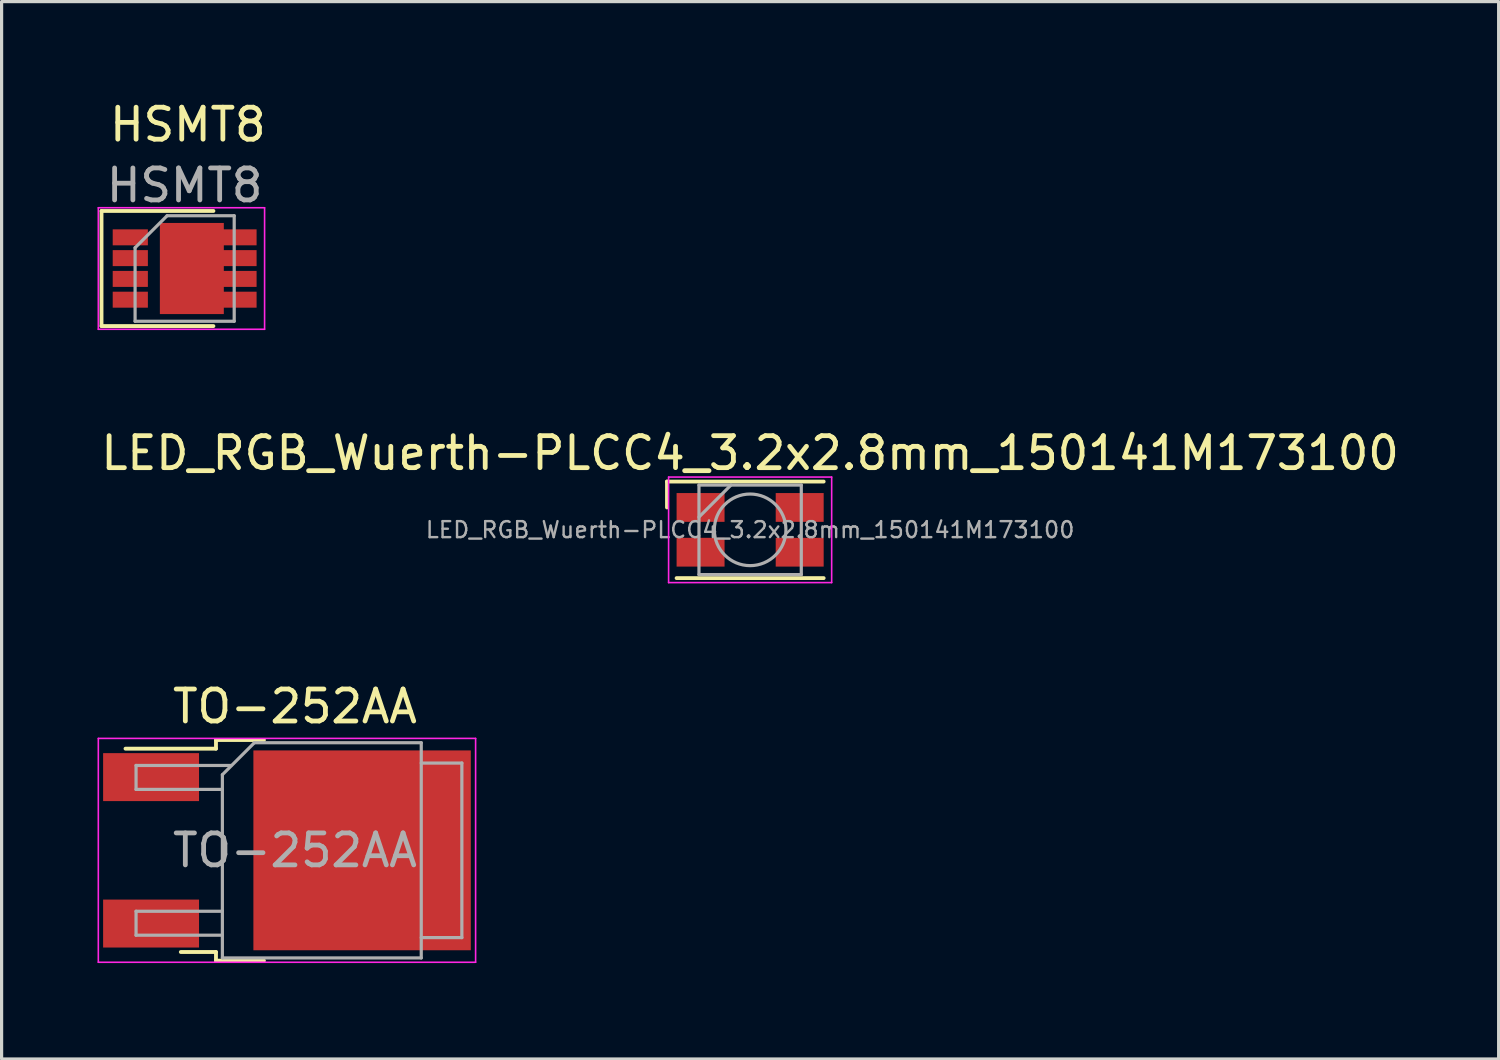
<source format=kicad_pcb>
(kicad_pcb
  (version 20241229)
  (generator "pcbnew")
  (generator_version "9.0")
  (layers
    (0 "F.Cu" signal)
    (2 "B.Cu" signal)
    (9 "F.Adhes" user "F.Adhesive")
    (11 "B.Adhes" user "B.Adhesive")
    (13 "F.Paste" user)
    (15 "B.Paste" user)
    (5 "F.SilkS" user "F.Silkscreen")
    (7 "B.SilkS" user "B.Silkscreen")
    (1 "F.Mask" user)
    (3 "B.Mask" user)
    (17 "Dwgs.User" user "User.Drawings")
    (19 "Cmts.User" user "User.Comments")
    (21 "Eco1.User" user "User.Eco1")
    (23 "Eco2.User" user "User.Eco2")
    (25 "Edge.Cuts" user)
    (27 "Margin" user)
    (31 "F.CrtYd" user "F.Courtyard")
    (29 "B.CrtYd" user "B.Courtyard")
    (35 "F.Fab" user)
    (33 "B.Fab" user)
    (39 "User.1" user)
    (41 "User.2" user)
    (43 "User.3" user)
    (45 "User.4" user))
  (footprint "TO-252AA"
    (layer "F.Cu")
    (at 6.175 23.545)
    (property "Reference" "TO-252AA" (at 0 -4.5 0) (layer "F.SilkS") (effects (font (size 1 1) (thickness 0.15))))
    (attr smd)
    (fp_line (start -2.47 -3.45) (end -2.47 -3.18) (stroke (width 0.12) (type solid)) (layer "F.SilkS"))
    (fp_line (start -2.47 -3.18) (end -5.3 -3.18) (stroke (width 0.12) (type solid)) (layer "F.SilkS"))
    (fp_line (start -2.47 3.18) (end -3.57 3.18) (stroke (width 0.12) (type solid)) (layer "F.SilkS"))
    (fp_line (start -2.47 3.45) (end -2.47 3.18) (stroke (width 0.12) (type solid)) (layer "F.SilkS"))
    (fp_line (start -0.97 -3.45) (end -2.47 -3.45) (stroke (width 0.12) (type solid)) (layer "F.SilkS"))
    (fp_line (start -0.97 3.45) (end -2.47 3.45) (stroke (width 0.12) (type solid)) (layer "F.SilkS"))
    (fp_line (start -6.15 -3.5) (end -6.15 3.5) (stroke (width 0.05) (type solid)) (layer "F.CrtYd"))
    (fp_line (start -6.15 3.5) (end 5.65 3.5) (stroke (width 0.05) (type solid)) (layer "F.CrtYd"))
    (fp_line (start 5.65 -3.5) (end -6.15 -3.5) (stroke (width 0.05) (type solid)) (layer "F.CrtYd"))
    (fp_line (start 5.65 3.5) (end 5.65 -3.5) (stroke (width 0.05) (type solid)) (layer "F.CrtYd"))
    (fp_line (start -4.97 -2.655) (end -4.97 -1.905) (stroke (width 0.1) (type solid)) (layer "F.Fab"))
    (fp_line (start -4.97 -1.905) (end -2.27 -1.905) (stroke (width 0.1) (type solid)) (layer "F.Fab"))
    (fp_line (start -4.97 1.905) (end -4.97 2.655) (stroke (width 0.1) (type solid)) (layer "F.Fab"))
    (fp_line (start -4.97 2.655) (end -2.27 2.655) (stroke (width 0.1) (type solid)) (layer "F.Fab"))
    (fp_line (start -2.27 -2.365) (end -1.27 -3.365) (stroke (width 0.1) (type solid)) (layer "F.Fab"))
    (fp_line (start -2.27 1.905) (end -4.97 1.905) (stroke (width 0.1) (type solid)) (layer "F.Fab"))
    (fp_line (start -2.27 3.365) (end -2.27 -2.365) (stroke (width 0.1) (type solid)) (layer "F.Fab"))
    (fp_line (start -2 -2.655) (end -4.97 -2.655) (stroke (width 0.1) (type solid)) (layer "F.Fab"))
    (fp_line (start -1.27 -3.365) (end 3.95 -3.365) (stroke (width 0.1) (type solid)) (layer "F.Fab"))
    (fp_line (start 3.95 -3.365) (end 3.95 3.365) (stroke (width 0.1) (type solid)) (layer "F.Fab"))
    (fp_line (start 3.95 -2.73) (end 5.22 -2.73) (stroke (width 0.1) (type solid)) (layer "F.Fab"))
    (fp_line (start 3.95 3.365) (end -2.27 3.365) (stroke (width 0.1) (type solid)) (layer "F.Fab"))
    (fp_line (start 5.22 -2.73) (end 5.22 2.73) (stroke (width 0.1) (type solid)) (layer "F.Fab"))
    (fp_line (start 5.22 2.73) (end 3.95 2.73) (stroke (width 0.1) (type solid)) (layer "F.Fab"))
    (fp_text user "${REFERENCE}" (at 0 0 0) (layer "F.Fab") (effects (font (size 1 1) (thickness 0.15))))
    (pad "" smd rect (at 0.325 -1.637) (size 3.25 2.975) (layers "F.Paste"))
    (pad "" smd rect (at 0.325 1.637) (size 3.25 2.975) (layers "F.Paste"))
    (pad "" smd rect (at 3.875 -1.637) (size 3.25 2.975) (layers "F.Paste"))
    (pad "" smd rect (at 3.875 1.637) (size 3.25 2.975) (layers "F.Paste"))
    (pad "1" smd rect (at -4.5 -2.29) (size 3 1.5) (layers "F.Cu" "F.Mask" "F.Paste"))
    (pad "2" smd rect (at 2.1 0) (size 6.8 6.25) (layers "F.Cu" "F.Mask"))
    (pad "3" smd rect (at -4.5 2.29) (size 3 1.5) (layers "F.Cu" "F.Mask" "F.Paste")))
  (footprint "HSMT8"
    (layer "F.Cu")
    (at 2.725 5.348)
    (property "Reference" "HSMT8" (at 0.1 -4.5 0) (layer "F.SilkS") (effects (font (size 1 1) (thickness 0.15))))
    (attr smd)
    (fp_line (start -2.6 -1.8) (end -2.6 1.8) (stroke (width 0.12) (type solid)) (layer "F.SilkS"))
    (fp_line (start -2.6 -1.8) (end 0.9 -1.8) (stroke (width 0.12) (type solid)) (layer "F.SilkS"))
    (fp_line (start -2.6 1.8) (end 0.9 1.8) (stroke (width 0.12) (type solid)) (layer "F.SilkS"))
    (fp_line (start -2.7 -1.9) (end -2.7 1.9) (stroke (width 0.05) (type solid)) (layer "F.CrtYd"))
    (fp_line (start -2.7 -1.9) (end 2.5 -1.9) (stroke (width 0.05) (type solid)) (layer "F.CrtYd"))
    (fp_line (start -2.7 1.9) (end 2.5 1.9) (stroke (width 0.05) (type solid)) (layer "F.CrtYd"))
    (fp_line (start 2.5 -1.9) (end 2.5 1.9) (stroke (width 0.05) (type solid)) (layer "F.CrtYd"))
    (fp_line (start -1.55 1.65) (end -1.55 -0.65) (stroke (width 0.1) (type solid)) (layer "F.Fab"))
    (fp_line (start -0.55 -1.65) (end -1.55 -0.65) (stroke (width 0.1) (type solid)) (layer "F.Fab"))
    (fp_line (start -0.55 -1.65) (end 1.55 -1.65) (stroke (width 0.1) (type solid)) (layer "F.Fab"))
    (fp_line (start 1.55 -1.65) (end 1.55 1.65) (stroke (width 0.1) (type solid)) (layer "F.Fab"))
    (fp_line (start 1.55 1.65) (end -1.55 1.65) (stroke (width 0.1) (type solid)) (layer "F.Fab"))
    (fp_text user "${REFERENCE}" (at 0 -2.6 0) (layer "F.Fab") (effects (font (size 1 1) (thickness 0.15))))
    (pad "1" smd rect (at -1.7 -0.975) (size 1.1 0.5) (layers "F.Cu" "F.Mask" "F.Paste"))
    (pad "2" smd rect (at -1.7 -0.325) (size 1.1 0.5) (layers "F.Cu" "F.Mask" "F.Paste"))
    (pad "3" smd rect (at -1.7 0.325) (size 1.1 0.5) (layers "F.Cu" "F.Mask" "F.Paste"))
    (pad "4" smd rect (at -1.7 0.975) (size 1.1 0.5) (layers "F.Cu" "F.Mask" "F.Paste"))
    (pad "5" smd rect (at 0.225 0) (size 2 2.85) (layers "F.Cu" "F.Mask" "F.Paste"))
    (pad "5" smd rect (at 1.7 -0.975) (size 1.1 0.5) (layers "F.Cu" "F.Mask" "F.Paste"))
    (pad "5" smd rect (at 1.7 -0.325) (size 1.1 0.5) (layers "F.Cu" "F.Mask" "F.Paste"))
    (pad "5" smd rect (at 1.7 0.325) (size 1.1 0.5) (layers "F.Cu" "F.Mask" "F.Paste"))
    (pad "5" smd rect (at 1.7 0.975) (size 1.1 0.5) (layers "F.Cu" "F.Mask" "F.Paste")))
  (footprint "LED_RGB_Wuerth-PLCC4_3.2x2.8mm_150141M173100"
    (layer "F.Cu")
    (at 20.411 13.521)
    (property "Reference" "LED_RGB_Wuerth-PLCC4_3.2x2.8mm_150141M173100" (at 0 -2.4 0) (layer "F.SilkS") (effects (font (size 1 1) (thickness 0.15))))
    (attr smd)
    (fp_line (start -2.6 -1.51) (end 2.3 -1.51) (stroke (width 0.12) (type solid)) (layer "F.SilkS"))
    (fp_line (start -2.6 -0.7) (end -2.6 -1.51) (stroke (width 0.12) (type solid)) (layer "F.SilkS"))
    (fp_line (start -2.3 1.51) (end 2.3 1.51) (stroke (width 0.12) (type solid)) (layer "F.SilkS"))
    (fp_line (start -2.55 -1.65) (end -2.55 1.65) (stroke (width 0.05) (type solid)) (layer "F.CrtYd"))
    (fp_line (start -2.55 1.65) (end 2.55 1.65) (stroke (width 0.05) (type solid)) (layer "F.CrtYd"))
    (fp_line (start 2.55 -1.65) (end -2.55 -1.65) (stroke (width 0.05) (type solid)) (layer "F.CrtYd"))
    (fp_line (start 2.55 1.65) (end 2.55 -1.65) (stroke (width 0.05) (type solid)) (layer "F.CrtYd"))
    (fp_line (start -1.6 -1.4) (end -1.6 1.4) (stroke (width 0.1) (type solid)) (layer "F.Fab"))
    (fp_line (start -1.6 1.4) (end 1.6 1.4) (stroke (width 0.1) (type solid)) (layer "F.Fab"))
    (fp_line (start -0.6 -1.4) (end -1.6 -0.4) (stroke (width 0.1) (type solid)) (layer "F.Fab"))
    (fp_line (start 1.6 -1.4) (end -1.6 -1.4) (stroke (width 0.1) (type solid)) (layer "F.Fab"))
    (fp_line (start 1.6 1.4) (end 1.6 -1.4) (stroke (width 0.1) (type solid)) (layer "F.Fab"))
    (fp_circle (center 0 0) (end 1.12 0) (stroke (width 0.1) (type solid)) (fill no) (layer "F.Fab"))
    (fp_text user "${REFERENCE}" (at 0 0 0) (layer "F.Fab") (effects (font (size 0.5 0.5) (thickness 0.075))))
    (pad "1" smd rect (at 1.55 -0.7) (size 1.5 0.9) (layers "F.Cu" "F.Mask" "F.Paste"))
    (pad "2" smd rect (at 1.55 0.7) (size 1.5 0.9) (layers "F.Cu" "F.Mask" "F.Paste"))
    (pad "3" smd rect (at -1.55 -0.7) (size 1.5 0.9) (layers "F.Cu" "F.Mask" "F.Paste"))
    (pad "4" smd rect (at -1.55 0.7) (size 1.5 0.9) (layers "F.Cu" "F.Mask" "F.Paste")))
  (gr_rect
    (start -3 -3)
    (end 43.821 30.07)
    (stroke (width 0.1) (type default))
    (fill no)
    (layer "Edge.Cuts")))
</source>
